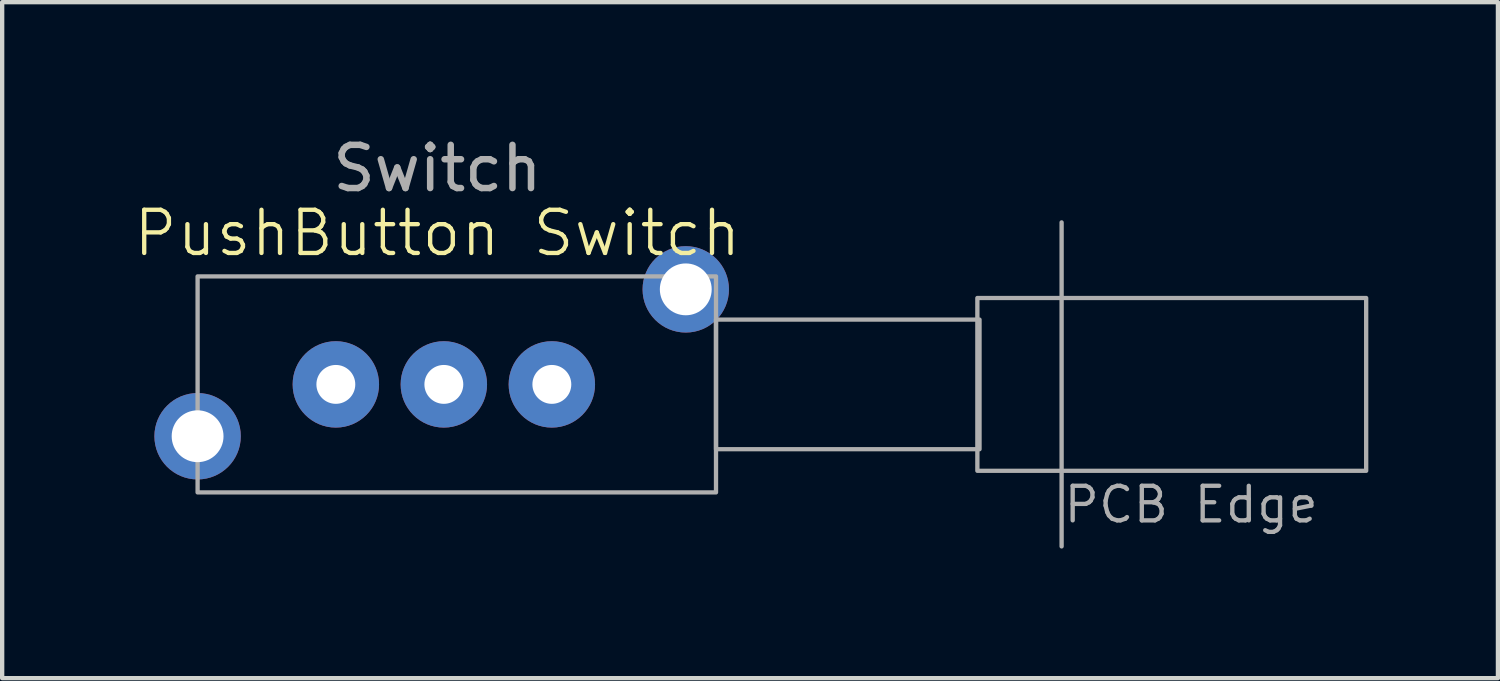
<source format=kicad_pcb>
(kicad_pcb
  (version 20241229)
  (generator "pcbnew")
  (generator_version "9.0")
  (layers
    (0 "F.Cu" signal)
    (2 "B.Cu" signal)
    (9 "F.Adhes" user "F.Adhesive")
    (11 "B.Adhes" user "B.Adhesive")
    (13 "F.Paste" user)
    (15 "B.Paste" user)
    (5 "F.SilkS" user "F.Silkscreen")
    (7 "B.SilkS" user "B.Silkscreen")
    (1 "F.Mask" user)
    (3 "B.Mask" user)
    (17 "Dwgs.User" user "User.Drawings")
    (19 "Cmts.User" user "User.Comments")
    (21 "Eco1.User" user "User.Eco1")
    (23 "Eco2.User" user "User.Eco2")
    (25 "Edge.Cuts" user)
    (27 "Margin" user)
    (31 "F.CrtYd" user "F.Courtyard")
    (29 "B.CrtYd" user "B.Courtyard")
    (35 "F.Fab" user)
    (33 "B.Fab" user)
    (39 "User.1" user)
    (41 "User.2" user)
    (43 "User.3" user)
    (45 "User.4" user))
  (footprint "PushButton Switch"
    (layer "F.Cu")
    (at 11.574 5.848)
    (property "Reference" "PushButton Switch" (at -4.5 -3.5 0) (unlocked yes) (layer "F.SilkS") (effects (font (size 1 1) (thickness 0.1))))
    (attr through_hole)
    (fp_line (start 9.95 -3.75) (end 9.95 3.75) (stroke (width 0.1) (type solid)) (layer "F.Fab"))
    (fp_rect (start -10.05 -2.5) (end 1.95 2.5) (stroke (width 0.1) (type solid)) (fill no) (layer "F.Fab"))
    (fp_rect (start 1.95 -1.5) (end 8.05 1.5) (stroke (width 0.1) (type solid)) (fill no) (layer "F.Fab"))
    (fp_rect (start 8 -2) (end 17 2) (stroke (width 0.1) (type solid)) (fill no) (layer "F.Fab"))
    (fp_text user "Switch" (at -4.5 -5 0) (unlocked yes) (layer "F.Fab") (effects (font (size 1 1) (thickness 0.15))))
    (fp_text user "PCB Edge" (at 9.95 3.25 0) (unlocked yes) (layer "F.Fab") (effects (font (size 0.8 0.8) (thickness 0.1)) (justify left bottom)))
    (pad "1" thru_hole circle (at -6.85 0) (size 2 2) (drill 0.9) (layers "*.Cu" "*.Mask"))
    (pad "2" thru_hole circle (at -4.35 0) (size 2 2) (drill 0.9) (layers "*.Cu" "*.Mask"))
    (pad "3" thru_hole circle (at -1.85 0) (size 2 2) (drill 0.9) (layers "*.Cu" "*.Mask"))
    (pad "4" thru_hole circle (at -10.05 1.2) (size 2 2) (drill 1.2) (layers "*.Cu" "*.Mask"))
    (pad "5" thru_hole circle (at 1.25 -2.2) (size 2 2) (drill 1.2) (layers "*.Cu" "*.Mask")))
  (gr_rect
    (start -3 -3)
    (end 31.624 12.648)
    (stroke (width 0.1) (type default))
    (fill no)
    (layer "Edge.Cuts")))
</source>
